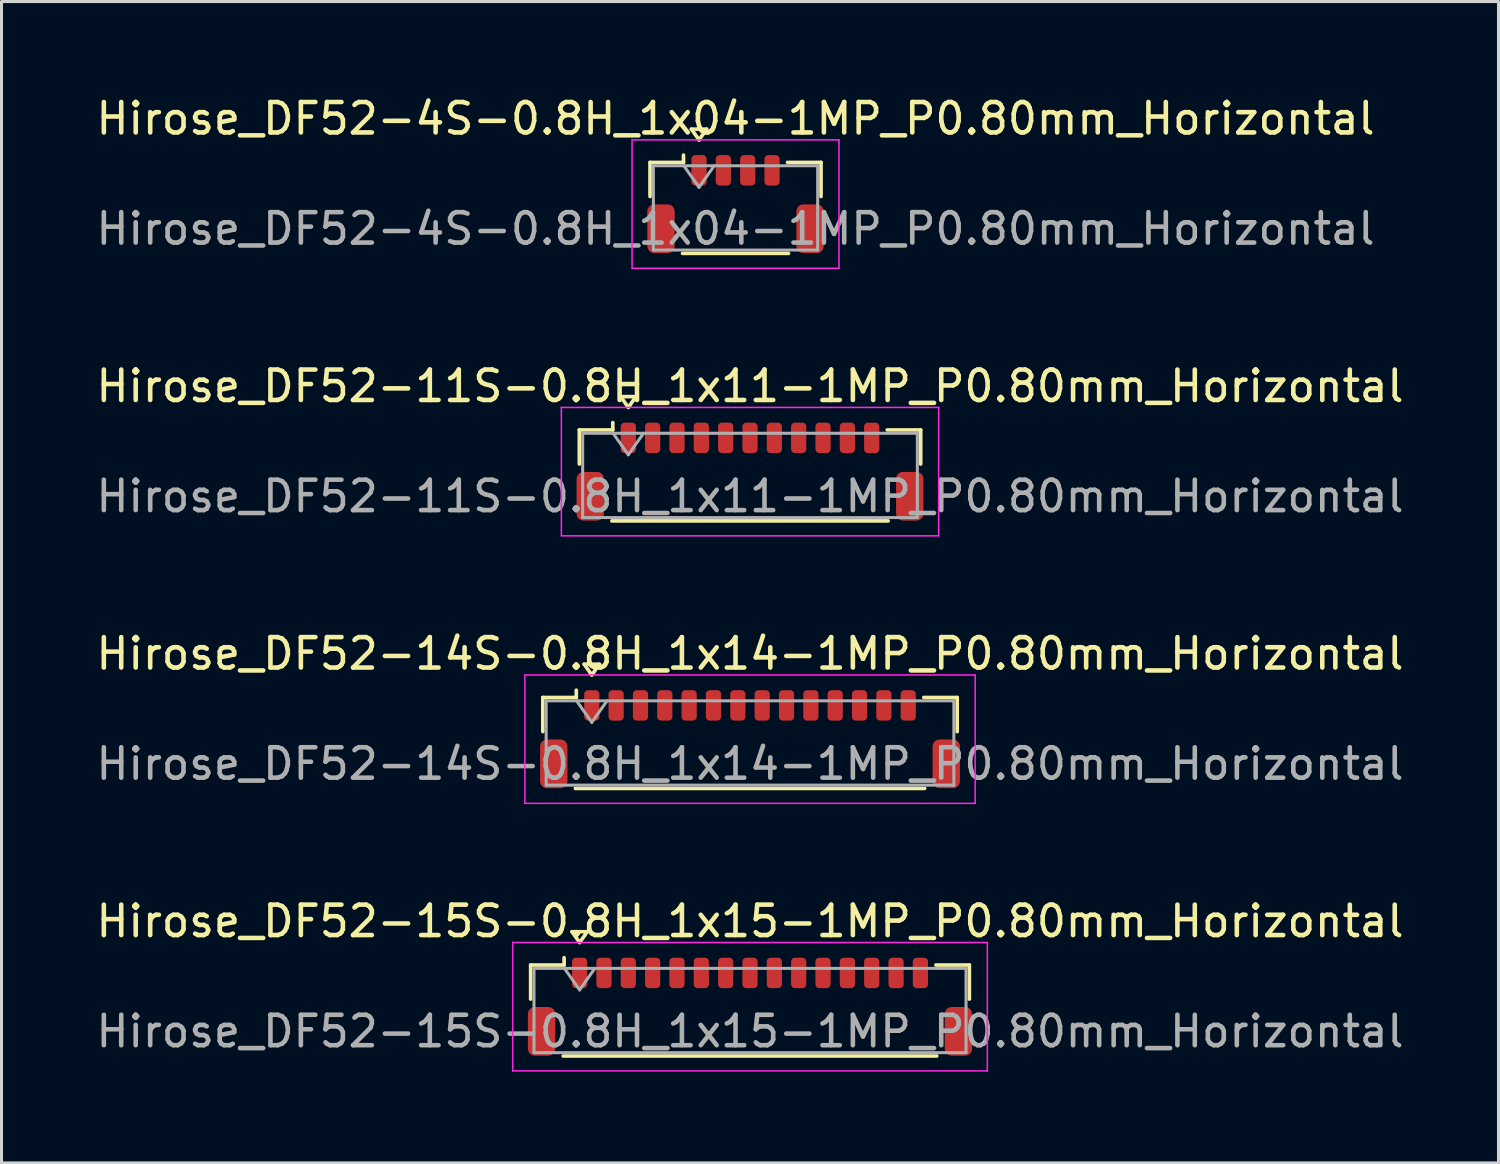
<source format=kicad_pcb>
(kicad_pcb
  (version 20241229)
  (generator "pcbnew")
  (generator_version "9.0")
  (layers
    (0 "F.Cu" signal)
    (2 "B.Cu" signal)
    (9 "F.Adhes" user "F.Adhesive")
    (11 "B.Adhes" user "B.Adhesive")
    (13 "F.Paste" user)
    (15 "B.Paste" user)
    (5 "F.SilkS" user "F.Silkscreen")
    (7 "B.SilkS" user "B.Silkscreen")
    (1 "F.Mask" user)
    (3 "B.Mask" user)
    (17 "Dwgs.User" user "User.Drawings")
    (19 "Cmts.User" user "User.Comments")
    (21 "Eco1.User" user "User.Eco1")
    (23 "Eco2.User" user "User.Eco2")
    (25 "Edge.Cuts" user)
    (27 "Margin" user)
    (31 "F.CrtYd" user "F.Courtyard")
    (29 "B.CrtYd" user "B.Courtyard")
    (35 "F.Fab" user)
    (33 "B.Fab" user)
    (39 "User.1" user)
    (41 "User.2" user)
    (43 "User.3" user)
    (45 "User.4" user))
  (footprint "Hirose_DF52-11S-0.8H_1x11-1MP_P0.80mm_Horizontal"
    (layer "F.Cu")
    (at 21.601 12.451)
    (property "Reference" "Hirose_DF52-11S-0.8H_1x11-1MP_P0.80mm_Horizontal" (at 0 -2.81 0) (layer "F.SilkS") (effects (font (size 1 1) (thickness 0.15))))
    (attr smd)
    (fp_line (start -5.61 -1.37) (end -4.51 -1.37) (stroke (width 0.12) (type solid)) (layer "F.SilkS"))
    (fp_line (start -5.61 -0.25) (end -5.61 -1.37) (stroke (width 0.12) (type solid)) (layer "F.SilkS"))
    (fp_line (start -4.54 1.62) (end 4.54 1.62) (stroke (width 0.12) (type solid)) (layer "F.SilkS"))
    (fp_line (start -4.51 -1.37) (end -4.51 -1.61) (stroke (width 0.12) (type solid)) (layer "F.SilkS"))
    (fp_line (start -4.25 -2.464) (end -4 -2.11) (stroke (width 0.12) (type solid)) (layer "F.SilkS"))
    (fp_line (start -4 -2.11) (end -3.75 -2.464) (stroke (width 0.12) (type solid)) (layer "F.SilkS"))
    (fp_line (start -3.75 -2.464) (end -4.25 -2.464) (stroke (width 0.12) (type solid)) (layer "F.SilkS"))
    (fp_line (start 5.61 -1.37) (end 4.51 -1.37) (stroke (width 0.12) (type solid)) (layer "F.SilkS"))
    (fp_line (start 5.61 -0.25) (end 5.61 -1.37) (stroke (width 0.12) (type solid)) (layer "F.SilkS"))
    (fp_line (start -6.2 -2.11) (end -6.2 2.11) (stroke (width 0.05) (type solid)) (layer "F.CrtYd"))
    (fp_line (start -6.2 2.11) (end 6.2 2.11) (stroke (width 0.05) (type solid)) (layer "F.CrtYd"))
    (fp_line (start 6.2 -2.11) (end -6.2 -2.11) (stroke (width 0.05) (type solid)) (layer "F.CrtYd"))
    (fp_line (start 6.2 2.11) (end 6.2 -2.11) (stroke (width 0.05) (type solid)) (layer "F.CrtYd"))
    (fp_line (start -5.5 -1.26) (end -5.5 1.51) (stroke (width 0.1) (type solid)) (layer "F.Fab"))
    (fp_line (start -5.5 -1.26) (end 5.5 -1.26) (stroke (width 0.1) (type solid)) (layer "F.Fab"))
    (fp_line (start -5.5 1.51) (end 5.5 1.51) (stroke (width 0.1) (type solid)) (layer "F.Fab"))
    (fp_line (start -4.5 -1.26) (end -4 -0.553) (stroke (width 0.1) (type solid)) (layer "F.Fab"))
    (fp_line (start -4 -0.553) (end -3.5 -1.26) (stroke (width 0.1) (type solid)) (layer "F.Fab"))
    (fp_line (start 5.5 -1.26) (end 5.5 1.51) (stroke (width 0.1) (type solid)) (layer "F.Fab"))
    (fp_text user "${REFERENCE}" (at 0 0.81 0) (layer "F.Fab") (effects (font (size 1 1) (thickness 0.15))))
    (pad "1" smd roundrect (at -4 -1.11) (size 0.5 1) (layers "F.Cu" "F.Mask" "F.Paste") (roundrect_rratio 0.25))
    (pad "2" smd roundrect (at -3.2 -1.11) (size 0.5 1) (layers "F.Cu" "F.Mask" "F.Paste") (roundrect_rratio 0.25))
    (pad "3" smd roundrect (at -2.4 -1.11) (size 0.5 1) (layers "F.Cu" "F.Mask" "F.Paste") (roundrect_rratio 0.25))
    (pad "4" smd roundrect (at -1.6 -1.11) (size 0.5 1) (layers "F.Cu" "F.Mask" "F.Paste") (roundrect_rratio 0.25))
    (pad "5" smd roundrect (at -0.8 -1.11) (size 0.5 1) (layers "F.Cu" "F.Mask" "F.Paste") (roundrect_rratio 0.25))
    (pad "6" smd roundrect (at 0 -1.11) (size 0.5 1) (layers "F.Cu" "F.Mask" "F.Paste") (roundrect_rratio 0.25))
    (pad "7" smd roundrect (at 0.8 -1.11) (size 0.5 1) (layers "F.Cu" "F.Mask" "F.Paste") (roundrect_rratio 0.25))
    (pad "8" smd roundrect (at 1.6 -1.11) (size 0.5 1) (layers "F.Cu" "F.Mask" "F.Paste") (roundrect_rratio 0.25))
    (pad "9" smd roundrect (at 2.4 -1.11) (size 0.5 1) (layers "F.Cu" "F.Mask" "F.Paste") (roundrect_rratio 0.25))
    (pad "10" smd roundrect (at 3.2 -1.11) (size 0.5 1) (layers "F.Cu" "F.Mask" "F.Paste") (roundrect_rratio 0.25))
    (pad "11" smd roundrect (at 4 -1.11) (size 0.5 1) (layers "F.Cu" "F.Mask" "F.Paste") (roundrect_rratio 0.25))
    (pad "MP" smd roundrect (at -5.25 0.81) (size 0.9 1.6) (layers "F.Cu" "F.Mask" "F.Paste") (roundrect_rratio 0.25))
    (pad "MP" smd roundrect (at 5.25 0.81) (size 0.9 1.6) (layers "F.Cu" "F.Mask" "F.Paste") (roundrect_rratio 0.25)))
  (footprint "Hirose_DF52-4S-0.8H_1x04-1MP_P0.80mm_Horizontal"
    (layer "F.Cu")
    (at 21.125 3.658)
    (property "Reference" "Hirose_DF52-4S-0.8H_1x04-1MP_P0.80mm_Horizontal" (at 0 -2.81 0) (layer "F.SilkS") (effects (font (size 1 1) (thickness 0.15))))
    (attr smd)
    (fp_line (start -2.81 -1.37) (end -1.71 -1.37) (stroke (width 0.12) (type solid)) (layer "F.SilkS"))
    (fp_line (start -2.81 -0.25) (end -2.81 -1.37) (stroke (width 0.12) (type solid)) (layer "F.SilkS"))
    (fp_line (start -1.74 1.62) (end 1.74 1.62) (stroke (width 0.12) (type solid)) (layer "F.SilkS"))
    (fp_line (start -1.71 -1.37) (end -1.71 -1.61) (stroke (width 0.12) (type solid)) (layer "F.SilkS"))
    (fp_line (start -1.45 -2.464) (end -1.2 -2.11) (stroke (width 0.12) (type solid)) (layer "F.SilkS"))
    (fp_line (start -1.2 -2.11) (end -0.95 -2.464) (stroke (width 0.12) (type solid)) (layer "F.SilkS"))
    (fp_line (start -0.95 -2.464) (end -1.45 -2.464) (stroke (width 0.12) (type solid)) (layer "F.SilkS"))
    (fp_line (start 2.81 -1.37) (end 1.71 -1.37) (stroke (width 0.12) (type solid)) (layer "F.SilkS"))
    (fp_line (start 2.81 -0.25) (end 2.81 -1.37) (stroke (width 0.12) (type solid)) (layer "F.SilkS"))
    (fp_line (start -3.4 -2.11) (end -3.4 2.11) (stroke (width 0.05) (type solid)) (layer "F.CrtYd"))
    (fp_line (start -3.4 2.11) (end 3.4 2.11) (stroke (width 0.05) (type solid)) (layer "F.CrtYd"))
    (fp_line (start 3.4 -2.11) (end -3.4 -2.11) (stroke (width 0.05) (type solid)) (layer "F.CrtYd"))
    (fp_line (start 3.4 2.11) (end 3.4 -2.11) (stroke (width 0.05) (type solid)) (layer "F.CrtYd"))
    (fp_line (start -2.7 -1.26) (end -2.7 1.51) (stroke (width 0.1) (type solid)) (layer "F.Fab"))
    (fp_line (start -2.7 -1.26) (end 2.7 -1.26) (stroke (width 0.1) (type solid)) (layer "F.Fab"))
    (fp_line (start -2.7 1.51) (end 2.7 1.51) (stroke (width 0.1) (type solid)) (layer "F.Fab"))
    (fp_line (start -1.7 -1.26) (end -1.2 -0.553) (stroke (width 0.1) (type solid)) (layer "F.Fab"))
    (fp_line (start -1.2 -0.553) (end -0.7 -1.26) (stroke (width 0.1) (type solid)) (layer "F.Fab"))
    (fp_line (start 2.7 -1.26) (end 2.7 1.51) (stroke (width 0.1) (type solid)) (layer "F.Fab"))
    (fp_text user "${REFERENCE}" (at 0 0.81 0) (layer "F.Fab") (effects (font (size 1 1) (thickness 0.15))))
    (pad "1" smd roundrect (at -1.2 -1.11) (size 0.5 1) (layers "F.Cu" "F.Mask" "F.Paste") (roundrect_rratio 0.25))
    (pad "2" smd roundrect (at -0.4 -1.11) (size 0.5 1) (layers "F.Cu" "F.Mask" "F.Paste") (roundrect_rratio 0.25))
    (pad "3" smd roundrect (at 0.4 -1.11) (size 0.5 1) (layers "F.Cu" "F.Mask" "F.Paste") (roundrect_rratio 0.25))
    (pad "4" smd roundrect (at 1.2 -1.11) (size 0.5 1) (layers "F.Cu" "F.Mask" "F.Paste") (roundrect_rratio 0.25))
    (pad "MP" smd roundrect (at -2.45 0.81) (size 0.9 1.6) (layers "F.Cu" "F.Mask" "F.Paste") (roundrect_rratio 0.25))
    (pad "MP" smd roundrect (at 2.45 0.81) (size 0.9 1.6) (layers "F.Cu" "F.Mask" "F.Paste") (roundrect_rratio 0.25)))
  (footprint "Hirose_DF52-14S-0.8H_1x14-1MP_P0.80mm_Horizontal"
    (layer "F.Cu")
    (at 21.601 21.245)
    (property "Reference" "Hirose_DF52-14S-0.8H_1x14-1MP_P0.80mm_Horizontal" (at 0 -2.81 0) (layer "F.SilkS") (effects (font (size 1 1) (thickness 0.15))))
    (attr smd)
    (fp_line (start -6.81 -1.37) (end -5.71 -1.37) (stroke (width 0.12) (type solid)) (layer "F.SilkS"))
    (fp_line (start -6.81 -0.25) (end -6.81 -1.37) (stroke (width 0.12) (type solid)) (layer "F.SilkS"))
    (fp_line (start -5.74 1.62) (end 5.74 1.62) (stroke (width 0.12) (type solid)) (layer "F.SilkS"))
    (fp_line (start -5.71 -1.37) (end -5.71 -1.61) (stroke (width 0.12) (type solid)) (layer "F.SilkS"))
    (fp_line (start -5.45 -2.464) (end -5.2 -2.11) (stroke (width 0.12) (type solid)) (layer "F.SilkS"))
    (fp_line (start -5.2 -2.11) (end -4.95 -2.464) (stroke (width 0.12) (type solid)) (layer "F.SilkS"))
    (fp_line (start -4.95 -2.464) (end -5.45 -2.464) (stroke (width 0.12) (type solid)) (layer "F.SilkS"))
    (fp_line (start 6.81 -1.37) (end 5.71 -1.37) (stroke (width 0.12) (type solid)) (layer "F.SilkS"))
    (fp_line (start 6.81 -0.25) (end 6.81 -1.37) (stroke (width 0.12) (type solid)) (layer "F.SilkS"))
    (fp_line (start -7.4 -2.11) (end -7.4 2.11) (stroke (width 0.05) (type solid)) (layer "F.CrtYd"))
    (fp_line (start -7.4 2.11) (end 7.4 2.11) (stroke (width 0.05) (type solid)) (layer "F.CrtYd"))
    (fp_line (start 7.4 -2.11) (end -7.4 -2.11) (stroke (width 0.05) (type solid)) (layer "F.CrtYd"))
    (fp_line (start 7.4 2.11) (end 7.4 -2.11) (stroke (width 0.05) (type solid)) (layer "F.CrtYd"))
    (fp_line (start -6.7 -1.26) (end -6.7 1.51) (stroke (width 0.1) (type solid)) (layer "F.Fab"))
    (fp_line (start -6.7 -1.26) (end 6.7 -1.26) (stroke (width 0.1) (type solid)) (layer "F.Fab"))
    (fp_line (start -6.7 1.51) (end 6.7 1.51) (stroke (width 0.1) (type solid)) (layer "F.Fab"))
    (fp_line (start -5.7 -1.26) (end -5.2 -0.553) (stroke (width 0.1) (type solid)) (layer "F.Fab"))
    (fp_line (start -5.2 -0.553) (end -4.7 -1.26) (stroke (width 0.1) (type solid)) (layer "F.Fab"))
    (fp_line (start 6.7 -1.26) (end 6.7 1.51) (stroke (width 0.1) (type solid)) (layer "F.Fab"))
    (fp_text user "${REFERENCE}" (at 0 0.81 0) (layer "F.Fab") (effects (font (size 1 1) (thickness 0.15))))
    (pad "1" smd roundrect (at -5.2 -1.11) (size 0.5 1) (layers "F.Cu" "F.Mask" "F.Paste") (roundrect_rratio 0.25))
    (pad "2" smd roundrect (at -4.4 -1.11) (size 0.5 1) (layers "F.Cu" "F.Mask" "F.Paste") (roundrect_rratio 0.25))
    (pad "3" smd roundrect (at -3.6 -1.11) (size 0.5 1) (layers "F.Cu" "F.Mask" "F.Paste") (roundrect_rratio 0.25))
    (pad "4" smd roundrect (at -2.8 -1.11) (size 0.5 1) (layers "F.Cu" "F.Mask" "F.Paste") (roundrect_rratio 0.25))
    (pad "5" smd roundrect (at -2 -1.11) (size 0.5 1) (layers "F.Cu" "F.Mask" "F.Paste") (roundrect_rratio 0.25))
    (pad "6" smd roundrect (at -1.2 -1.11) (size 0.5 1) (layers "F.Cu" "F.Mask" "F.Paste") (roundrect_rratio 0.25))
    (pad "7" smd roundrect (at -0.4 -1.11) (size 0.5 1) (layers "F.Cu" "F.Mask" "F.Paste") (roundrect_rratio 0.25))
    (pad "8" smd roundrect (at 0.4 -1.11) (size 0.5 1) (layers "F.Cu" "F.Mask" "F.Paste") (roundrect_rratio 0.25))
    (pad "9" smd roundrect (at 1.2 -1.11) (size 0.5 1) (layers "F.Cu" "F.Mask" "F.Paste") (roundrect_rratio 0.25))
    (pad "10" smd roundrect (at 2 -1.11) (size 0.5 1) (layers "F.Cu" "F.Mask" "F.Paste") (roundrect_rratio 0.25))
    (pad "11" smd roundrect (at 2.8 -1.11) (size 0.5 1) (layers "F.Cu" "F.Mask" "F.Paste") (roundrect_rratio 0.25))
    (pad "12" smd roundrect (at 3.6 -1.11) (size 0.5 1) (layers "F.Cu" "F.Mask" "F.Paste") (roundrect_rratio 0.25))
    (pad "13" smd roundrect (at 4.4 -1.11) (size 0.5 1) (layers "F.Cu" "F.Mask" "F.Paste") (roundrect_rratio 0.25))
    (pad "14" smd roundrect (at 5.2 -1.11) (size 0.5 1) (layers "F.Cu" "F.Mask" "F.Paste") (roundrect_rratio 0.25))
    (pad "MP" smd roundrect (at -6.45 0.81) (size 0.9 1.6) (layers "F.Cu" "F.Mask" "F.Paste") (roundrect_rratio 0.25))
    (pad "MP" smd roundrect (at 6.45 0.81) (size 0.9 1.6) (layers "F.Cu" "F.Mask" "F.Paste") (roundrect_rratio 0.25)))
  (footprint "Hirose_DF52-15S-0.8H_1x15-1MP_P0.80mm_Horizontal"
    (layer "F.Cu")
    (at 21.601 30.038)
    (property "Reference" "Hirose_DF52-15S-0.8H_1x15-1MP_P0.80mm_Horizontal" (at 0 -2.81 0) (layer "F.SilkS") (effects (font (size 1 1) (thickness 0.15))))
    (attr smd)
    (fp_line (start -7.21 -1.37) (end -6.11 -1.37) (stroke (width 0.12) (type solid)) (layer "F.SilkS"))
    (fp_line (start -7.21 -0.25) (end -7.21 -1.37) (stroke (width 0.12) (type solid)) (layer "F.SilkS"))
    (fp_line (start -6.14 1.62) (end 6.14 1.62) (stroke (width 0.12) (type solid)) (layer "F.SilkS"))
    (fp_line (start -6.11 -1.37) (end -6.11 -1.61) (stroke (width 0.12) (type solid)) (layer "F.SilkS"))
    (fp_line (start -5.85 -2.464) (end -5.6 -2.11) (stroke (width 0.12) (type solid)) (layer "F.SilkS"))
    (fp_line (start -5.6 -2.11) (end -5.35 -2.464) (stroke (width 0.12) (type solid)) (layer "F.SilkS"))
    (fp_line (start -5.35 -2.464) (end -5.85 -2.464) (stroke (width 0.12) (type solid)) (layer "F.SilkS"))
    (fp_line (start 7.21 -1.37) (end 6.11 -1.37) (stroke (width 0.12) (type solid)) (layer "F.SilkS"))
    (fp_line (start 7.21 -0.25) (end 7.21 -1.37) (stroke (width 0.12) (type solid)) (layer "F.SilkS"))
    (fp_line (start -7.8 -2.11) (end -7.8 2.11) (stroke (width 0.05) (type solid)) (layer "F.CrtYd"))
    (fp_line (start -7.8 2.11) (end 7.8 2.11) (stroke (width 0.05) (type solid)) (layer "F.CrtYd"))
    (fp_line (start 7.8 -2.11) (end -7.8 -2.11) (stroke (width 0.05) (type solid)) (layer "F.CrtYd"))
    (fp_line (start 7.8 2.11) (end 7.8 -2.11) (stroke (width 0.05) (type solid)) (layer "F.CrtYd"))
    (fp_line (start -7.1 -1.26) (end -7.1 1.51) (stroke (width 0.1) (type solid)) (layer "F.Fab"))
    (fp_line (start -7.1 -1.26) (end 7.1 -1.26) (stroke (width 0.1) (type solid)) (layer "F.Fab"))
    (fp_line (start -7.1 1.51) (end 7.1 1.51) (stroke (width 0.1) (type solid)) (layer "F.Fab"))
    (fp_line (start -6.1 -1.26) (end -5.6 -0.553) (stroke (width 0.1) (type solid)) (layer "F.Fab"))
    (fp_line (start -5.6 -0.553) (end -5.1 -1.26) (stroke (width 0.1) (type solid)) (layer "F.Fab"))
    (fp_line (start 7.1 -1.26) (end 7.1 1.51) (stroke (width 0.1) (type solid)) (layer "F.Fab"))
    (fp_text user "${REFERENCE}" (at 0 0.81 0) (layer "F.Fab") (effects (font (size 1 1) (thickness 0.15))))
    (pad "1" smd roundrect (at -5.6 -1.11) (size 0.5 1) (layers "F.Cu" "F.Mask" "F.Paste") (roundrect_rratio 0.25))
    (pad "2" smd roundrect (at -4.8 -1.11) (size 0.5 1) (layers "F.Cu" "F.Mask" "F.Paste") (roundrect_rratio 0.25))
    (pad "3" smd roundrect (at -4 -1.11) (size 0.5 1) (layers "F.Cu" "F.Mask" "F.Paste") (roundrect_rratio 0.25))
    (pad "4" smd roundrect (at -3.2 -1.11) (size 0.5 1) (layers "F.Cu" "F.Mask" "F.Paste") (roundrect_rratio 0.25))
    (pad "5" smd roundrect (at -2.4 -1.11) (size 0.5 1) (layers "F.Cu" "F.Mask" "F.Paste") (roundrect_rratio 0.25))
    (pad "6" smd roundrect (at -1.6 -1.11) (size 0.5 1) (layers "F.Cu" "F.Mask" "F.Paste") (roundrect_rratio 0.25))
    (pad "7" smd roundrect (at -0.8 -1.11) (size 0.5 1) (layers "F.Cu" "F.Mask" "F.Paste") (roundrect_rratio 0.25))
    (pad "8" smd roundrect (at 0 -1.11) (size 0.5 1) (layers "F.Cu" "F.Mask" "F.Paste") (roundrect_rratio 0.25))
    (pad "9" smd roundrect (at 0.8 -1.11) (size 0.5 1) (layers "F.Cu" "F.Mask" "F.Paste") (roundrect_rratio 0.25))
    (pad "10" smd roundrect (at 1.6 -1.11) (size 0.5 1) (layers "F.Cu" "F.Mask" "F.Paste") (roundrect_rratio 0.25))
    (pad "11" smd roundrect (at 2.4 -1.11) (size 0.5 1) (layers "F.Cu" "F.Mask" "F.Paste") (roundrect_rratio 0.25))
    (pad "12" smd roundrect (at 3.2 -1.11) (size 0.5 1) (layers "F.Cu" "F.Mask" "F.Paste") (roundrect_rratio 0.25))
    (pad "13" smd roundrect (at 4 -1.11) (size 0.5 1) (layers "F.Cu" "F.Mask" "F.Paste") (roundrect_rratio 0.25))
    (pad "14" smd roundrect (at 4.8 -1.11) (size 0.5 1) (layers "F.Cu" "F.Mask" "F.Paste") (roundrect_rratio 0.25))
    (pad "15" smd roundrect (at 5.6 -1.11) (size 0.5 1) (layers "F.Cu" "F.Mask" "F.Paste") (roundrect_rratio 0.25))
    (pad "MP" smd roundrect (at -6.85 0.81) (size 0.9 1.6) (layers "F.Cu" "F.Mask" "F.Paste") (roundrect_rratio 0.25))
    (pad "MP" smd roundrect (at 6.85 0.81) (size 0.9 1.6) (layers "F.Cu" "F.Mask" "F.Paste") (roundrect_rratio 0.25)))
  (gr_rect
    (start -3 -3)
    (end 46.202 35.173)
    (stroke (width 0.1) (type default))
    (fill no)
    (layer "Edge.Cuts")))
</source>
